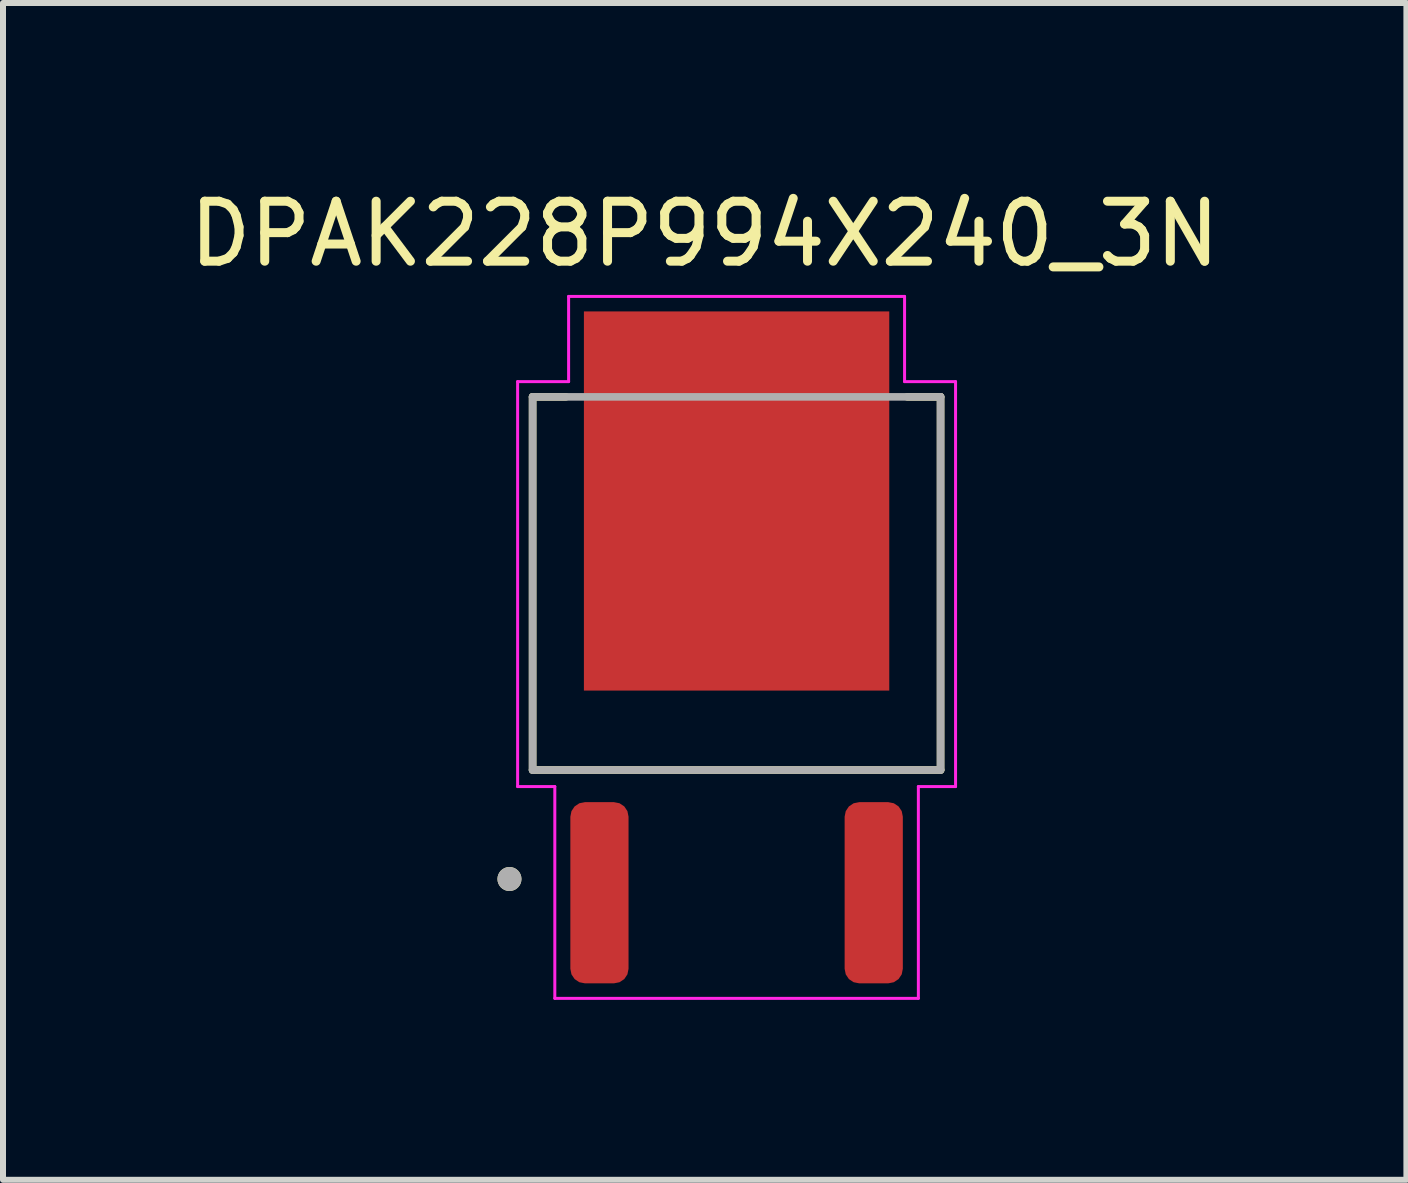
<source format=kicad_pcb>
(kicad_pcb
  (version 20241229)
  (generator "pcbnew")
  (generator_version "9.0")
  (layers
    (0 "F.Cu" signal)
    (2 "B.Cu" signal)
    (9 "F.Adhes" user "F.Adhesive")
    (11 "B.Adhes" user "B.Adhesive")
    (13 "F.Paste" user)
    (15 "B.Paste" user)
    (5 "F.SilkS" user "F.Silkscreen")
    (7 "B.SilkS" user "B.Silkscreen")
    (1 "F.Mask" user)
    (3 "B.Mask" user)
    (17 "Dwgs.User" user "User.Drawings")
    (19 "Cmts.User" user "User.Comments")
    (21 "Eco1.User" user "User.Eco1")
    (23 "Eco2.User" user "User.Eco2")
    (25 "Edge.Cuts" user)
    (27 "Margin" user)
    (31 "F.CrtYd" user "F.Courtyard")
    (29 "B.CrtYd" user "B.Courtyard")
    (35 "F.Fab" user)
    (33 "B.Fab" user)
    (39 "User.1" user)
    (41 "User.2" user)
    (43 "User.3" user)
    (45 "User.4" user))
  (footprint "DPAK228P994X240_3N"
    (layer "F.Cu")
    (at 9.228 7.741)
    (property "Reference" "DPAK228P994X240_3N" (at -0.532 -6.892 0) (layer "F.SilkS") (effects (font (size 1 1) (thickness 0.15))))
    (attr smd)
    (fp_line (start -3.4 -4.176) (end -3.4 2.044) (stroke (width 0.127) (type solid)) (layer "F.SilkS"))
    (fp_line (start -2.846 -4.176) (end -3.4 -4.176) (stroke (width 0.127) (type solid)) (layer "F.SilkS"))
    (fp_line (start 2.846 -4.176) (end 3.4 -4.176) (stroke (width 0.127) (type solid)) (layer "F.SilkS"))
    (fp_line (start 3.4 -4.176) (end 3.4 2.044) (stroke (width 0.127) (type solid)) (layer "F.SilkS"))
    (fp_line (start 3.4 2.044) (end -3.4 2.044) (stroke (width 0.127) (type solid)) (layer "F.SilkS"))
    (fp_circle (center -3.786 3.861) (end -3.686 3.861) (stroke (width 0.2) (type solid)) (fill no) (layer "F.SilkS"))
    (fp_poly (pts (xy -2.13 -5.33) (xy -0.41 -5.33) (xy -0.41 -3.77) (xy -2.13 -3.77)) (stroke (width 0.01) (type solid)) (fill yes) (layer "F.Paste"))
    (fp_poly (pts (xy -2.13 -3.22) (xy -0.41 -3.22) (xy -0.41 -1.66) (xy -2.13 -1.66)) (stroke (width 0.01) (type solid)) (fill yes) (layer "F.Paste"))
    (fp_poly (pts (xy -2.13 -1.11) (xy -0.41 -1.11) (xy -0.41 0.45) (xy -2.13 0.45)) (stroke (width 0.01) (type solid)) (fill yes) (layer "F.Paste"))
    (fp_poly (pts (xy 0.41 -5.33) (xy 2.13 -5.33) (xy 2.13 -3.77) (xy 0.41 -3.77)) (stroke (width 0.01) (type solid)) (fill yes) (layer "F.Paste"))
    (fp_poly (pts (xy 0.41 -3.22) (xy 2.13 -3.22) (xy 2.13 -1.66) (xy 0.41 -1.66)) (stroke (width 0.01) (type solid)) (fill yes) (layer "F.Paste"))
    (fp_poly (pts (xy 0.41 -1.11) (xy 2.13 -1.11) (xy 2.13 0.45) (xy 0.41 0.45)) (stroke (width 0.01) (type solid)) (fill yes) (layer "F.Paste"))
    (fp_line (start -3.65 -4.43) (end -3.65 2.32) (stroke (width 0.05) (type solid)) (layer "F.CrtYd"))
    (fp_line (start -3.65 2.32) (end -3.03 2.32) (stroke (width 0.05) (type solid)) (layer "F.CrtYd"))
    (fp_line (start -3.03 2.32) (end -3.03 5.85) (stroke (width 0.05) (type solid)) (layer "F.CrtYd"))
    (fp_line (start -3.03 5.85) (end 3.03 5.85) (stroke (width 0.05) (type solid)) (layer "F.CrtYd"))
    (fp_line (start -2.8 -5.85) (end -2.8 -4.43) (stroke (width 0.05) (type solid)) (layer "F.CrtYd"))
    (fp_line (start -2.8 -4.43) (end -3.65 -4.43) (stroke (width 0.05) (type solid)) (layer "F.CrtYd"))
    (fp_line (start 2.8 -5.85) (end -2.8 -5.85) (stroke (width 0.05) (type solid)) (layer "F.CrtYd"))
    (fp_line (start 2.8 -4.43) (end 2.8 -5.85) (stroke (width 0.05) (type solid)) (layer "F.CrtYd"))
    (fp_line (start 3.03 2.32) (end 3.65 2.32) (stroke (width 0.05) (type solid)) (layer "F.CrtYd"))
    (fp_line (start 3.03 5.85) (end 3.03 2.32) (stroke (width 0.05) (type solid)) (layer "F.CrtYd"))
    (fp_line (start 3.65 -4.43) (end 2.8 -4.43) (stroke (width 0.05) (type solid)) (layer "F.CrtYd"))
    (fp_line (start 3.65 2.32) (end 3.65 -4.43) (stroke (width 0.05) (type solid)) (layer "F.CrtYd"))
    (fp_line (start -3.4 -4.176) (end 3.4 -4.176) (stroke (width 0.127) (type solid)) (layer "F.Fab"))
    (fp_line (start -3.4 2.044) (end -3.4 -4.176) (stroke (width 0.127) (type solid)) (layer "F.Fab"))
    (fp_line (start 3.4 2.044) (end -3.4 2.044) (stroke (width 0.127) (type solid)) (layer "F.Fab"))
    (fp_line (start 3.4 2.044) (end 3.4 -4.176) (stroke (width 0.127) (type solid)) (layer "F.Fab"))
    (fp_circle (center -3.786 3.861) (end -3.686 3.861) (stroke (width 0.2) (type solid)) (fill no) (layer "F.Fab"))
    (pad "1" smd roundrect (at -2.286 4.09) (size 0.97 3.02) (layers "F.Cu" "F.Mask" "F.Paste") (roundrect_rratio 0.25))
    (pad "3" smd roundrect (at 2.286 4.09) (size 0.97 3.02) (layers "F.Cu" "F.Mask" "F.Paste") (roundrect_rratio 0.25))
    (pad "4" smd rect (at 0 -2.44) (size 5.09 6.32) (layers "F.Cu" "F.Mask")))
  (gr_rect
    (start -3 -3)
    (end 20.393 16.616)
    (stroke (width 0.1) (type default))
    (fill no)
    (layer "Edge.Cuts")))
</source>
